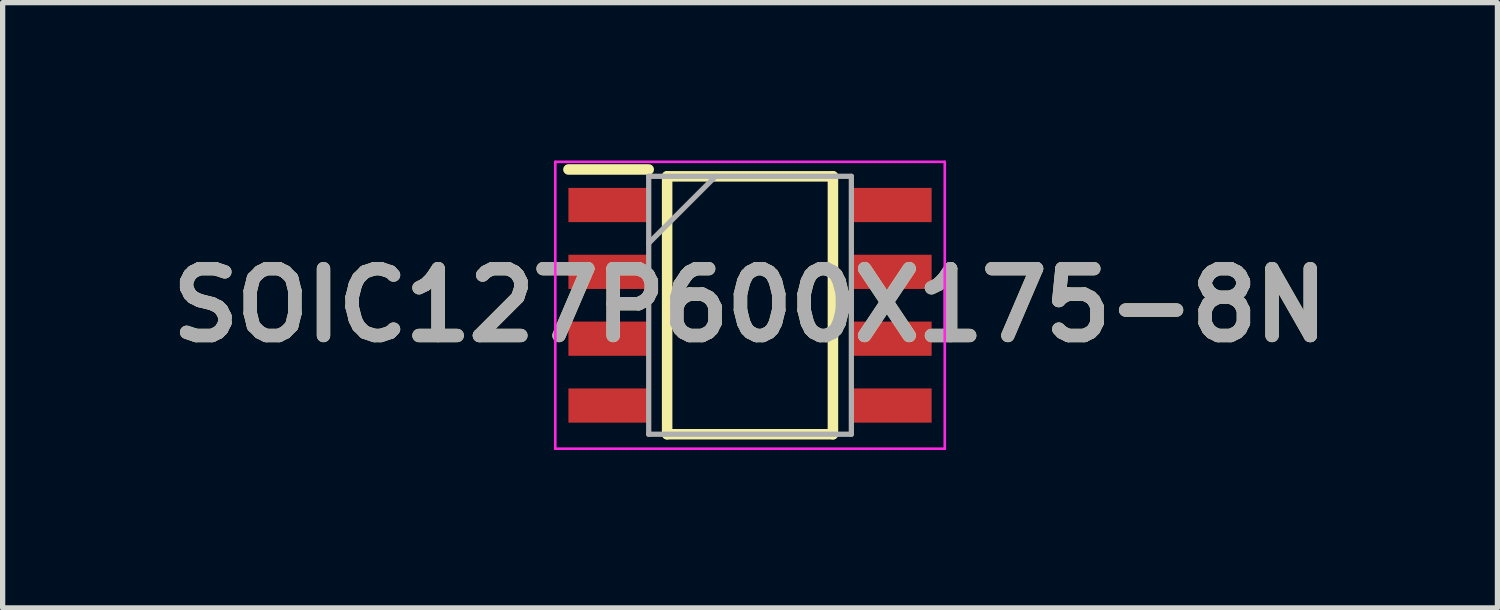
<source format=kicad_pcb>
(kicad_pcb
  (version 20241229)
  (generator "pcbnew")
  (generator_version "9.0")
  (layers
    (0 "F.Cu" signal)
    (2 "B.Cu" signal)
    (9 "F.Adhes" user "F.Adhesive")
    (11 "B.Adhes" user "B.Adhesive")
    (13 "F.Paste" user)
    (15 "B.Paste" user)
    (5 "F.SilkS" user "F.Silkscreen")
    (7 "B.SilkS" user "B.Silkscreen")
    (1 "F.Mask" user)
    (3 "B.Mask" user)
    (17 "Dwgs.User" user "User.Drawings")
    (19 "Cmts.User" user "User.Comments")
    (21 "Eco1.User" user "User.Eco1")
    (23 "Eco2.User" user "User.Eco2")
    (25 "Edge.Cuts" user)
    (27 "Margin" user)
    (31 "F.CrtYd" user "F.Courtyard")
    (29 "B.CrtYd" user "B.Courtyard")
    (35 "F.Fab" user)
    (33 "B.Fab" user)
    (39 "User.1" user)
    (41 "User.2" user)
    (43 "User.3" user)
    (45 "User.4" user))
  (footprint "SOIC127P600X175-8N"
    (layer "F.Cu")
    (at 11.2 2.75)
    (property "Reference" "SOIC127P600X175-8N" (at 0 0 0) (layer "F.SilkS") (effects (font (size 1.27 1.27) (thickness 0.254))))
    (attr smd)
    (fp_line (start -3.45 -2.58) (end -1.925 -2.58) (stroke (width 0.2) (type solid)) (layer "F.SilkS"))
    (fp_line (start -1.575 -2.45) (end 1.575 -2.45) (stroke (width 0.2) (type solid)) (layer "F.SilkS"))
    (fp_line (start -1.575 2.45) (end -1.575 -2.45) (stroke (width 0.2) (type solid)) (layer "F.SilkS"))
    (fp_line (start 1.575 -2.45) (end 1.575 2.45) (stroke (width 0.2) (type solid)) (layer "F.SilkS"))
    (fp_line (start 1.575 2.45) (end -1.575 2.45) (stroke (width 0.2) (type solid)) (layer "F.SilkS"))
    (fp_line (start -3.7 -2.725) (end 3.7 -2.725) (stroke (width 0.05) (type solid)) (layer "F.CrtYd"))
    (fp_line (start -3.7 2.725) (end -3.7 -2.725) (stroke (width 0.05) (type solid)) (layer "F.CrtYd"))
    (fp_line (start 3.7 -2.725) (end 3.7 2.725) (stroke (width 0.05) (type solid)) (layer "F.CrtYd"))
    (fp_line (start 3.7 2.725) (end -3.7 2.725) (stroke (width 0.05) (type solid)) (layer "F.CrtYd"))
    (fp_line (start -1.925 -2.45) (end 1.925 -2.45) (stroke (width 0.1) (type solid)) (layer "F.Fab"))
    (fp_line (start -1.925 -1.18) (end -0.655 -2.45) (stroke (width 0.1) (type solid)) (layer "F.Fab"))
    (fp_line (start -1.925 2.45) (end -1.925 -2.45) (stroke (width 0.1) (type solid)) (layer "F.Fab"))
    (fp_line (start 1.925 -2.45) (end 1.925 2.45) (stroke (width 0.1) (type solid)) (layer "F.Fab"))
    (fp_line (start 1.925 2.45) (end -1.925 2.45) (stroke (width 0.1) (type solid)) (layer "F.Fab"))
    (fp_text user "${REFERENCE}" (at 0 0 0) (layer "F.Fab") (effects (font (size 1.27 1.27) (thickness 0.254))))
    (pad "1" smd rect (at -2.688 -1.905 90) (size 0.65 1.525) (layers "F.Cu" "F.Mask" "F.Paste"))
    (pad "2" smd rect (at -2.688 -0.635 90) (size 0.65 1.525) (layers "F.Cu" "F.Mask" "F.Paste"))
    (pad "3" smd rect (at -2.688 0.635 90) (size 0.65 1.525) (layers "F.Cu" "F.Mask" "F.Paste"))
    (pad "4" smd rect (at -2.688 1.905 90) (size 0.65 1.525) (layers "F.Cu" "F.Mask" "F.Paste"))
    (pad "5" smd rect (at 2.688 1.905 90) (size 0.65 1.525) (layers "F.Cu" "F.Mask" "F.Paste"))
    (pad "6" smd rect (at 2.688 0.635 90) (size 0.65 1.525) (layers "F.Cu" "F.Mask" "F.Paste"))
    (pad "7" smd rect (at 2.688 -0.635 90) (size 0.65 1.525) (layers "F.Cu" "F.Mask" "F.Paste"))
    (pad "8" smd rect (at 2.688 -1.905 90) (size 0.65 1.525) (layers "F.Cu" "F.Mask" "F.Paste")))
  (gr_rect
    (start -3 -3)
    (end 25.4 8.5)
    (stroke (width 0.1) (type default))
    (fill no)
    (layer "Edge.Cuts")))
</source>
